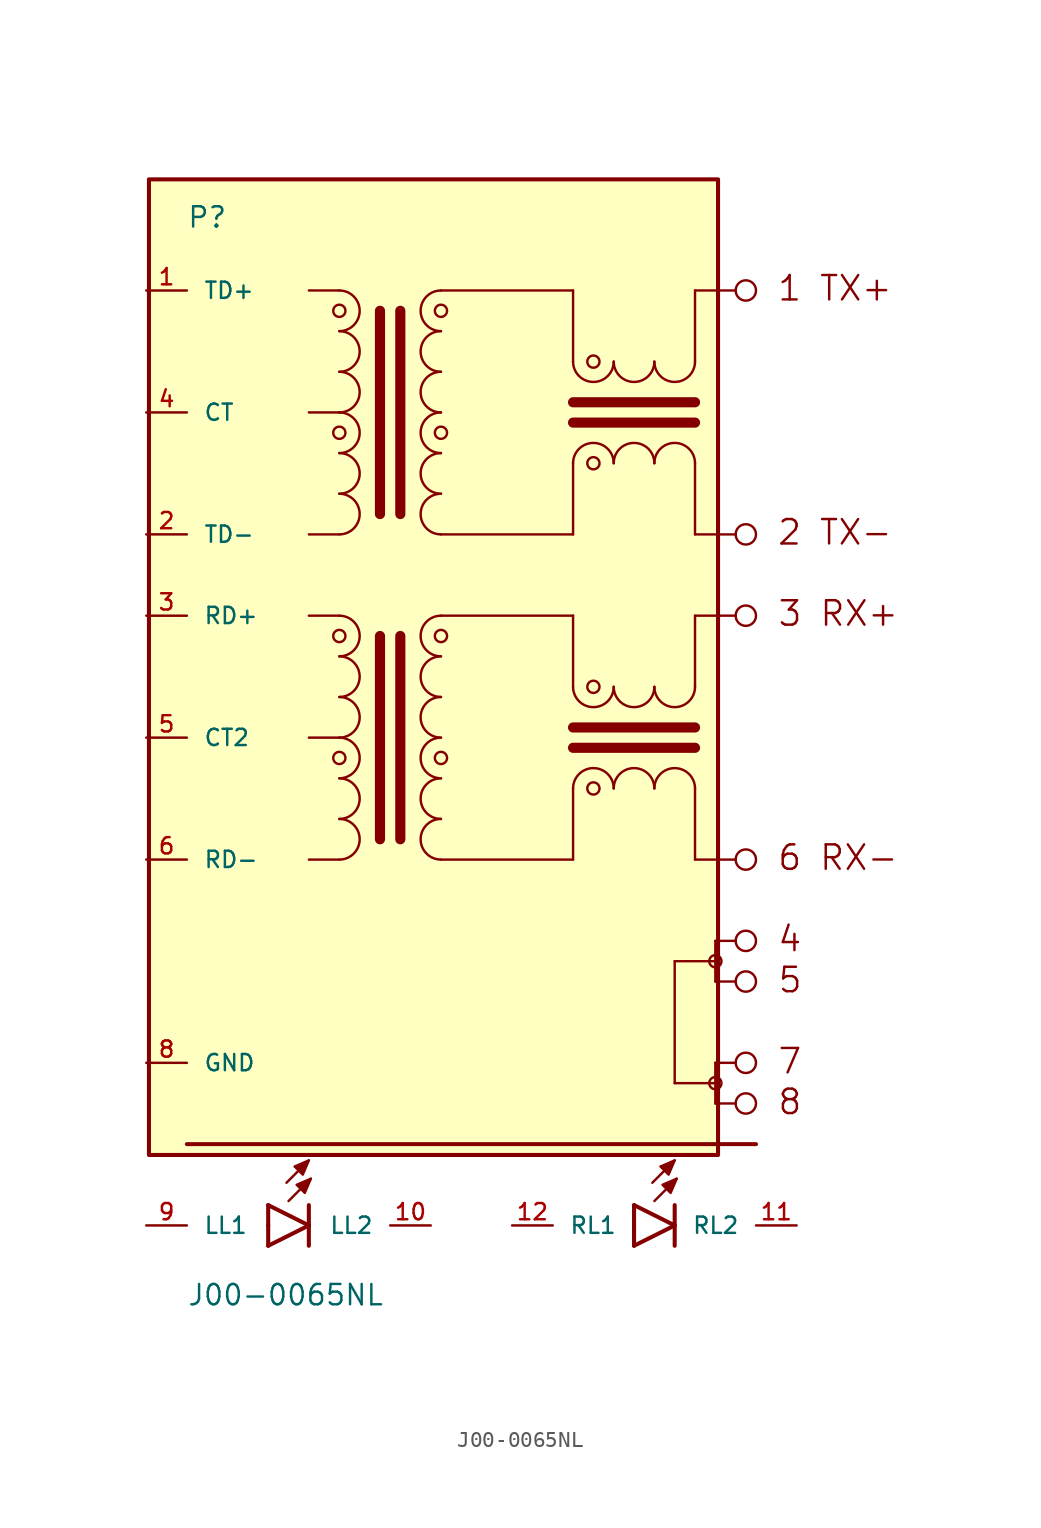
<source format=kicad_sym>
(kicad_symbol_lib
  (version 20231120)
  (generator "kicad_symbol_editor")
  (generator_version "8.0")
  (symbol "J00-0065NL"
    (pin_names
      (offset 1.016))
    (property "Reference" "P"
      (at -17.792 29.23 0)
      (effects (font (size 1.27 1.27)) (justify left bottom)))
    (property "Value" "J00-0065NL"
      (at -17.784 -38.109 0)
      (effects (font (size 1.27 1.27)) (justify left bottom)))
    (symbol "J00-0065NL_0_0"
      (rectangle (start -20.151 -28.617) (end 15.409 32.343) (stroke (width 0.254) (type default)) (fill (type background)))
      (arc (start -8.255 -10.16) (mid -6.9905 -8.89) (end -8.255 -7.62) (stroke (width 0.1524) (type default)) (fill (type none)))
      (arc (start -8.255 -7.62) (mid -6.9905 -6.35) (end -8.255 -5.08) (stroke (width 0.1524) (type default)) (fill (type none)))
      (arc (start -8.255 -5.08) (mid -6.9905 -3.81) (end -8.255 -2.54) (stroke (width 0.1524) (type default)) (fill (type none)))
      (circle (center -8.255 -3.81) (radius 0.381) (stroke (width 0) (type default)) (fill (type none)))
      (arc (start -8.255 -2.54) (mid -6.9905 -1.27) (end -8.255 0) (stroke (width 0.1524) (type default)) (fill (type none)))
      (arc (start -8.255 0) (mid -6.9905 1.27) (end -8.255 2.54) (stroke (width 0.1524) (type default)) (fill (type none)))
      (arc (start -8.255 2.54) (mid -6.9905 3.81) (end -8.255 5.08) (stroke (width 0.1524) (type default)) (fill (type none)))
      (circle (center -8.255 3.81) (radius 0.381) (stroke (width 0) (type default)) (fill (type none)))
      (arc (start -8.255 10.16) (mid -6.9905 11.43) (end -8.255 12.7) (stroke (width 0.1524) (type default)) (fill (type none)))
      (arc (start -8.255 12.7) (mid -6.9905 13.97) (end -8.255 15.24) (stroke (width 0.1524) (type default)) (fill (type none)))
      (arc (start -8.255 15.24) (mid -6.9905 16.51) (end -8.255 17.78) (stroke (width 0.1524) (type default)) (fill (type none)))
      (circle (center -8.255 16.51) (radius 0.381) (stroke (width 0) (type default)) (fill (type none)))
      (arc (start -8.255 17.78) (mid -6.9905 19.05) (end -8.255 20.32) (stroke (width 0.1524) (type default)) (fill (type none)))
      (arc (start -8.255 20.32) (mid -6.9905 21.59) (end -8.255 22.86) (stroke (width 0.1524) (type default)) (fill (type none)))
      (arc (start -8.255 22.86) (mid -6.9905 24.13) (end -8.255 25.4) (stroke (width 0.1524) (type default)) (fill (type none)))
      (circle (center -8.255 24.13) (radius 0.381) (stroke (width 0) (type default)) (fill (type none)))
      (arc (start -1.905 -7.62) (mid -3.1694 -8.89) (end -1.905 -10.16) (stroke (width 0.1524) (type default)) (fill (type none)))
      (arc (start -1.905 -5.08) (mid -3.1694 -6.35) (end -1.905 -7.62) (stroke (width 0.1524) (type default)) (fill (type none)))
      (circle (center -1.905 -3.81) (radius 0.381) (stroke (width 0) (type default)) (fill (type none)))
      (arc (start -1.905 -2.54) (mid -3.1694 -3.81) (end -1.905 -5.08) (stroke (width 0.1524) (type default)) (fill (type none)))
      (arc (start -1.905 0) (mid -3.1694 -1.27) (end -1.905 -2.54) (stroke (width 0.1524) (type default)) (fill (type none)))
      (arc (start -1.905 2.54) (mid -3.1694 1.27) (end -1.905 0) (stroke (width 0.1524) (type default)) (fill (type none)))
      (circle (center -1.905 3.81) (radius 0.381) (stroke (width 0) (type default)) (fill (type none)))
      (arc (start -1.905 5.08) (mid -3.1694 3.81) (end -1.905 2.54) (stroke (width 0.1524) (type default)) (fill (type none)))
      (arc (start -1.905 12.7) (mid -3.1694 11.43) (end -1.905 10.16) (stroke (width 0.1524) (type default)) (fill (type none)))
      (arc (start -1.905 15.24) (mid -3.1694 13.97) (end -1.905 12.7) (stroke (width 0.1524) (type default)) (fill (type none)))
      (circle (center -1.905 16.51) (radius 0.381) (stroke (width 0) (type default)) (fill (type none)))
      (arc (start -1.905 17.78) (mid -3.1694 16.51) (end -1.905 15.24) (stroke (width 0.1524) (type default)) (fill (type none)))
      (arc (start -1.905 20.32) (mid -3.1694 19.05) (end -1.905 17.78) (stroke (width 0.1524) (type default)) (fill (type none)))
      (arc (start -1.905 22.86) (mid -3.1694 21.59) (end -1.905 20.32) (stroke (width 0.1524) (type default)) (fill (type none)))
      (circle (center -1.905 24.13) (radius 0.381) (stroke (width 0) (type default)) (fill (type none)))
      (arc (start -1.905 25.4) (mid -3.1694 24.13) (end -1.905 22.86) (stroke (width 0.1524) (type default)) (fill (type none)))
      (polyline (pts (xy -17.78 -27.94) (xy 17.78 -27.94)) (stroke (width 0.254) (type default)) (fill (type none)))
      (polyline (pts (xy -12.7 -33.02) (xy -12.7 -34.29)) (stroke (width 0.254) (type default)) (fill (type none)))
      (polyline (pts (xy -12.7 -31.75) (xy -12.7 -33.02)) (stroke (width 0.254) (type default)) (fill (type none)))
      (polyline (pts (xy -12.7 -31.75) (xy -10.16 -33.02)) (stroke (width 0.254) (type default)) (fill (type none)))
      (polyline (pts (xy -11.557 -30.353) (xy -10.16 -28.956)) (stroke (width 0.152) (type default)) (fill (type none)))
      (polyline (pts (xy -11.43 -31.496) (xy -10.033 -30.099)) (stroke (width 0.152) (type default)) (fill (type none)))
      (polyline (pts (xy -10.16 -33.02) (xy -12.7 -34.29)) (stroke (width 0.254) (type default)) (fill (type none)))
      (polyline (pts (xy -10.16 -33.02) (xy -10.16 -34.29)) (stroke (width 0.254) (type default)) (fill (type none)))
      (polyline (pts (xy -10.16 -31.75) (xy -10.16 -33.02)) (stroke (width 0.254) (type default)) (fill (type none)))
      (polyline (pts (xy -10.16 -10.16) (xy -8.255 -10.16)) (stroke (width 0.152) (type default)) (fill (type none)))
      (polyline (pts (xy -10.16 -2.54) (xy -8.255 -2.54)) (stroke (width 0.152) (type default)) (fill (type none)))
      (polyline (pts (xy -10.16 5.08) (xy -8.255 5.08)) (stroke (width 0.152) (type default)) (fill (type none)))
      (polyline (pts (xy -10.16 10.16) (xy -8.255 10.16)) (stroke (width 0.152) (type default)) (fill (type none)))
      (polyline (pts (xy -10.16 17.78) (xy -8.255 17.78)) (stroke (width 0.152) (type default)) (fill (type none)))
      (polyline (pts (xy -10.16 25.4) (xy -8.255 25.4)) (stroke (width 0.152) (type default)) (fill (type none)))
      (polyline (pts (xy -5.715 3.81) (xy -5.715 -8.89)) (stroke (width 0.635) (type default)) (fill (type none)))
      (polyline (pts (xy -5.715 24.13) (xy -5.715 11.43)) (stroke (width 0.635) (type default)) (fill (type none)))
      (polyline (pts (xy -4.445 3.81) (xy -4.445 -8.89)) (stroke (width 0.635) (type default)) (fill (type none)))
      (polyline (pts (xy -4.445 24.13) (xy -4.445 11.43)) (stroke (width 0.635) (type default)) (fill (type none)))
      (polyline (pts (xy -1.905 5.08) (xy 6.35 5.08)) (stroke (width 0.152) (type default)) (fill (type none)))
      (polyline (pts (xy -1.905 25.4) (xy 6.35 25.4)) (stroke (width 0.152) (type default)) (fill (type none)))
      (polyline (pts (xy 6.35 -10.16) (xy -1.905 -10.16)) (stroke (width 0.152) (type default)) (fill (type none)))
      (polyline (pts (xy 6.35 -10.16) (xy 6.35 -5.715)) (stroke (width 0.152) (type default)) (fill (type none)))
      (polyline (pts (xy 6.35 -3.175) (xy 13.97 -3.175)) (stroke (width 0.635) (type default)) (fill (type none)))
      (polyline (pts (xy 6.35 -1.905) (xy 13.97 -1.905)) (stroke (width 0.635) (type default)) (fill (type none)))
      (polyline (pts (xy 6.35 5.08) (xy 6.35 0.635)) (stroke (width 0.152) (type default)) (fill (type none)))
      (polyline (pts (xy 6.35 10.16) (xy -1.905 10.16)) (stroke (width 0.152) (type default)) (fill (type none)))
      (polyline (pts (xy 6.35 10.16) (xy 6.35 14.605)) (stroke (width 0.152) (type default)) (fill (type none)))
      (polyline (pts (xy 6.35 17.145) (xy 13.97 17.145)) (stroke (width 0.635) (type default)) (fill (type none)))
      (polyline (pts (xy 6.35 18.415) (xy 13.97 18.415)) (stroke (width 0.635) (type default)) (fill (type none)))
      (polyline (pts (xy 6.35 25.4) (xy 6.35 20.955)) (stroke (width 0.152) (type default)) (fill (type none)))
      (polyline (pts (xy 10.16 -33.02) (xy 10.16 -34.29)) (stroke (width 0.254) (type default)) (fill (type none)))
      (polyline (pts (xy 10.16 -31.75) (xy 10.16 -33.02)) (stroke (width 0.254) (type default)) (fill (type none)))
      (polyline (pts (xy 10.16 -31.75) (xy 12.7 -33.02)) (stroke (width 0.254) (type default)) (fill (type none)))
      (polyline (pts (xy 11.303 -30.353) (xy 12.7 -28.956)) (stroke (width 0.152) (type default)) (fill (type none)))
      (polyline (pts (xy 11.43 -31.496) (xy 12.827 -30.099)) (stroke (width 0.152) (type default)) (fill (type none)))
      (polyline (pts (xy 12.7 -33.02) (xy 10.16 -34.29)) (stroke (width 0.254) (type default)) (fill (type none)))
      (polyline (pts (xy 12.7 -33.02) (xy 12.7 -34.29)) (stroke (width 0.254) (type default)) (fill (type none)))
      (polyline (pts (xy 12.7 -31.75) (xy 12.7 -33.02)) (stroke (width 0.254) (type default)) (fill (type none)))
      (polyline (pts (xy 12.7 -24.13) (xy 15.24 -24.13)) (stroke (width 0.152) (type default)) (fill (type none)))
      (polyline (pts (xy 12.7 -16.51) (xy 12.7 -24.13)) (stroke (width 0.152) (type default)) (fill (type none)))
      (polyline (pts (xy 13.97 -10.16) (xy 16.51 -10.16)) (stroke (width 0.152) (type default)) (fill (type none)))
      (polyline (pts (xy 13.97 -5.715) (xy 13.97 -10.16)) (stroke (width 0.152) (type default)) (fill (type none)))
      (polyline (pts (xy 13.97 0.635) (xy 13.97 5.08)) (stroke (width 0.152) (type default)) (fill (type none)))
      (polyline (pts (xy 13.97 5.08) (xy 16.51 5.08)) (stroke (width 0.152) (type default)) (fill (type none)))
      (polyline (pts (xy 13.97 10.16) (xy 16.51 10.16)) (stroke (width 0.152) (type default)) (fill (type none)))
      (polyline (pts (xy 13.97 14.605) (xy 13.97 10.16)) (stroke (width 0.152) (type default)) (fill (type none)))
      (polyline (pts (xy 13.97 20.955) (xy 13.97 25.4)) (stroke (width 0.152) (type default)) (fill (type none)))
      (polyline (pts (xy 13.97 25.4) (xy 16.51 25.4)) (stroke (width 0.152) (type default)) (fill (type none)))
      (polyline (pts (xy 15.24 -25.4) (xy 16.51 -25.4)) (stroke (width 0.152) (type default)) (fill (type none)))
      (polyline (pts (xy 15.24 -24.13) (xy 15.24 -25.4)) (stroke (width 0.152) (type default)) (fill (type none)))
      (polyline (pts (xy 15.24 -22.86) (xy 15.24 -24.13)) (stroke (width 0.152) (type default)) (fill (type none)))
      (polyline (pts (xy 15.24 -17.78) (xy 16.51 -17.78)) (stroke (width 0.152) (type default)) (fill (type none)))
      (polyline (pts (xy 15.24 -16.51) (xy 12.7 -16.51)) (stroke (width 0.152) (type default)) (fill (type none)))
      (polyline (pts (xy 15.24 -16.51) (xy 15.24 -17.78)) (stroke (width 0.152) (type default)) (fill (type none)))
      (polyline (pts (xy 15.24 -15.24) (xy 15.24 -16.51)) (stroke (width 0.152) (type default)) (fill (type none)))
      (polyline (pts (xy 16.51 -22.86) (xy 15.24 -22.86)) (stroke (width 0.152) (type default)) (fill (type none)))
      (polyline (pts (xy 16.51 -15.24) (xy 15.24 -15.24)) (stroke (width 0.152) (type default)) (fill (type none)))
      (polyline (pts (xy -10.16 -28.956) (xy -10.541 -29.845) (xy -11.049 -29.337) (xy -10.16 -28.956)) (stroke (width 0.152) (type default)) (fill (type outline)))
      (polyline (pts (xy -10.033 -30.099) (xy -10.414 -30.988) (xy -10.922 -30.48) (xy -10.033 -30.099)) (stroke (width 0.152) (type default)) (fill (type outline)))
      (polyline (pts (xy 12.7 -28.956) (xy 12.319 -29.845) (xy 11.811 -29.337) (xy 12.7 -28.956)) (stroke (width 0.152) (type default)) (fill (type outline)))
      (polyline (pts (xy 12.827 -30.099) (xy 12.446 -30.988) (xy 11.938 -30.48) (xy 12.827 -30.099)) (stroke (width 0.152) (type default)) (fill (type outline)))
      (arc (start 6.35 0.635) (mid 7.62 -0.6295) (end 8.89 0.635) (stroke (width 0.1524) (type default)) (fill (type none)))
      (arc (start 6.35 20.955) (mid 7.62 19.6905) (end 8.89 20.955) (stroke (width 0.1524) (type default)) (fill (type none)))
      (circle (center 7.62 -5.715) (radius 0.381) (stroke (width 0) (type default)) (fill (type none)))
      (circle (center 7.62 0.635) (radius 0.381) (stroke (width 0) (type default)) (fill (type none)))
      (circle (center 7.62 14.605) (radius 0.381) (stroke (width 0) (type default)) (fill (type none)))
      (circle (center 7.62 20.955) (radius 0.381) (stroke (width 0) (type default)) (fill (type none)))
      (arc (start 8.89 -5.715) (mid 7.62 -4.4505) (end 6.35 -5.715) (stroke (width 0.1524) (type default)) (fill (type none)))
      (arc (start 8.89 0.635) (mid 10.16 -0.6295) (end 11.43 0.635) (stroke (width 0.1524) (type default)) (fill (type none)))
      (arc (start 8.89 14.605) (mid 7.62 15.8694) (end 6.35 14.605) (stroke (width 0.1524) (type default)) (fill (type none)))
      (arc (start 8.89 20.955) (mid 10.16 19.6905) (end 11.43 20.955) (stroke (width 0.1524) (type default)) (fill (type none)))
      (arc (start 11.43 -5.715) (mid 10.16 -4.4505) (end 8.89 -5.715) (stroke (width 0.1524) (type default)) (fill (type none)))
      (arc (start 11.43 0.635) (mid 12.7 -0.6295) (end 13.97 0.635) (stroke (width 0.1524) (type default)) (fill (type none)))
      (arc (start 11.43 14.605) (mid 10.16 15.8694) (end 8.89 14.605) (stroke (width 0.1524) (type default)) (fill (type none)))
      (arc (start 11.43 20.955) (mid 12.7 19.6905) (end 13.97 20.955) (stroke (width 0.1524) (type default)) (fill (type none)))
      (arc (start 13.97 -5.715) (mid 12.7 -4.4505) (end 11.43 -5.715) (stroke (width 0.1524) (type default)) (fill (type none)))
      (arc (start 13.97 14.605) (mid 12.7 15.8694) (end 11.43 14.605) (stroke (width 0.1524) (type default)) (fill (type none)))
      (circle (center 15.24 -24.13) (radius 0.381) (stroke (width 0) (type default)) (fill (type none)))
      (circle (center 15.24 -16.51) (radius 0.381) (stroke (width 0) (type default)) (fill (type none)))
      (circle (center 17.145 -25.4) (radius 0.635) (stroke (width 0.152) (type default)) (fill (type none)))
      (circle (center 17.145 -22.86) (radius 0.635) (stroke (width 0.152) (type default)) (fill (type none)))
      (circle (center 17.145 -17.78) (radius 0.635) (stroke (width 0.152) (type default)) (fill (type none)))
      (circle (center 17.145 -15.24) (radius 0.635) (stroke (width 0.152) (type default)) (fill (type none)))
      (circle (center 17.145 -10.16) (radius 0.635) (stroke (width 0.152) (type default)) (fill (type none)))
      (circle (center 17.145 5.08) (radius 0.635) (stroke (width 0.152) (type default)) (fill (type none)))
      (circle (center 17.145 10.16) (radius 0.635) (stroke (width 0.152) (type default)) (fill (type none)))
      (circle (center 17.145 25.4) (radius 0.635) (stroke (width 0.152) (type default)) (fill (type none)))
      (text "1 TX+" (at 19.058 24.648 0) (effects (font (size 1.525 1.525)) (justify left bottom)))
      (text "2 TX-" (at 19.054 9.4 0) (effects (font (size 1.524 1.524)) (justify left bottom)))
      (text "3 RX+" (at 19.08 4.325 0) (effects (font (size 1.526 1.526)) (justify left bottom)))
      (text "4" (at 19.065 -16.014 0) (effects (font (size 1.525 1.525)) (justify left bottom)))
      (text "5" (at 19.088 -18.579 0) (effects (font (size 1.527 1.527)) (justify left bottom)))
      (text "6 RX-" (at 19.061 -10.928 0) (effects (font (size 1.525 1.525)) (justify left bottom)))
      (text "7" (at 19.072 -23.649 0) (effects (font (size 1.526 1.526)) (justify left bottom)))
      (text "8" (at 19.072 -26.192 0) (effects (font (size 1.526 1.526)) (justify left bottom)))
      (pin input line (at -20.32 25.4 0) (length 2.54) (name "TD+" (effects (font (size 1.016 1.016)))) (number "1" (effects (font (size 1.016 1.016)))))
      (pin passive line (at -2.54 -33.02 180) (length 2.54) (name "LL2" (effects (font (size 1.016 1.016)))) (number "10" (effects (font (size 1.016 1.016)))))
      (pin passive line (at 20.32 -33.02 180) (length 2.54) (name "RL2" (effects (font (size 1.016 1.016)))) (number "11" (effects (font (size 1.016 1.016)))))
      (pin passive line (at 2.54 -33.02 0) (length 2.54) (name "RL1" (effects (font (size 1.016 1.016)))) (number "12" (effects (font (size 1.016 1.016)))))
      (pin input line (at -20.32 10.16 0) (length 2.54) (name "TD-" (effects (font (size 1.016 1.016)))) (number "2" (effects (font (size 1.016 1.016)))))
      (pin input line (at -20.32 5.08 0) (length 2.54) (name "RD+" (effects (font (size 1.016 1.016)))) (number "3" (effects (font (size 1.016 1.016)))))
      (pin input line (at -20.32 17.78 0) (length 2.54) (name "CT" (effects (font (size 1.016 1.016)))) (number "4" (effects (font (size 1.016 1.016)))))
      (pin input line (at -20.32 -2.54 0) (length 2.54) (name "CT2" (effects (font (size 1.016 1.016)))) (number "5" (effects (font (size 1.016 1.016)))))
      (pin input line (at -20.32 -10.16 0) (length 2.54) (name "RD-" (effects (font (size 1.016 1.016)))) (number "6" (effects (font (size 1.016 1.016)))))
      (pin passive line (at -20.32 -22.86 0) (length 2.54) (name "GND" (effects (font (size 1.016 1.016)))) (number "8" (effects (font (size 1.016 1.016)))))
      (pin passive line (at -20.32 -33.02 0) (length 2.54) (name "LL1" (effects (font (size 1.016 1.016)))) (number "9" (effects (font (size 1.016 1.016))))))))
</source>
